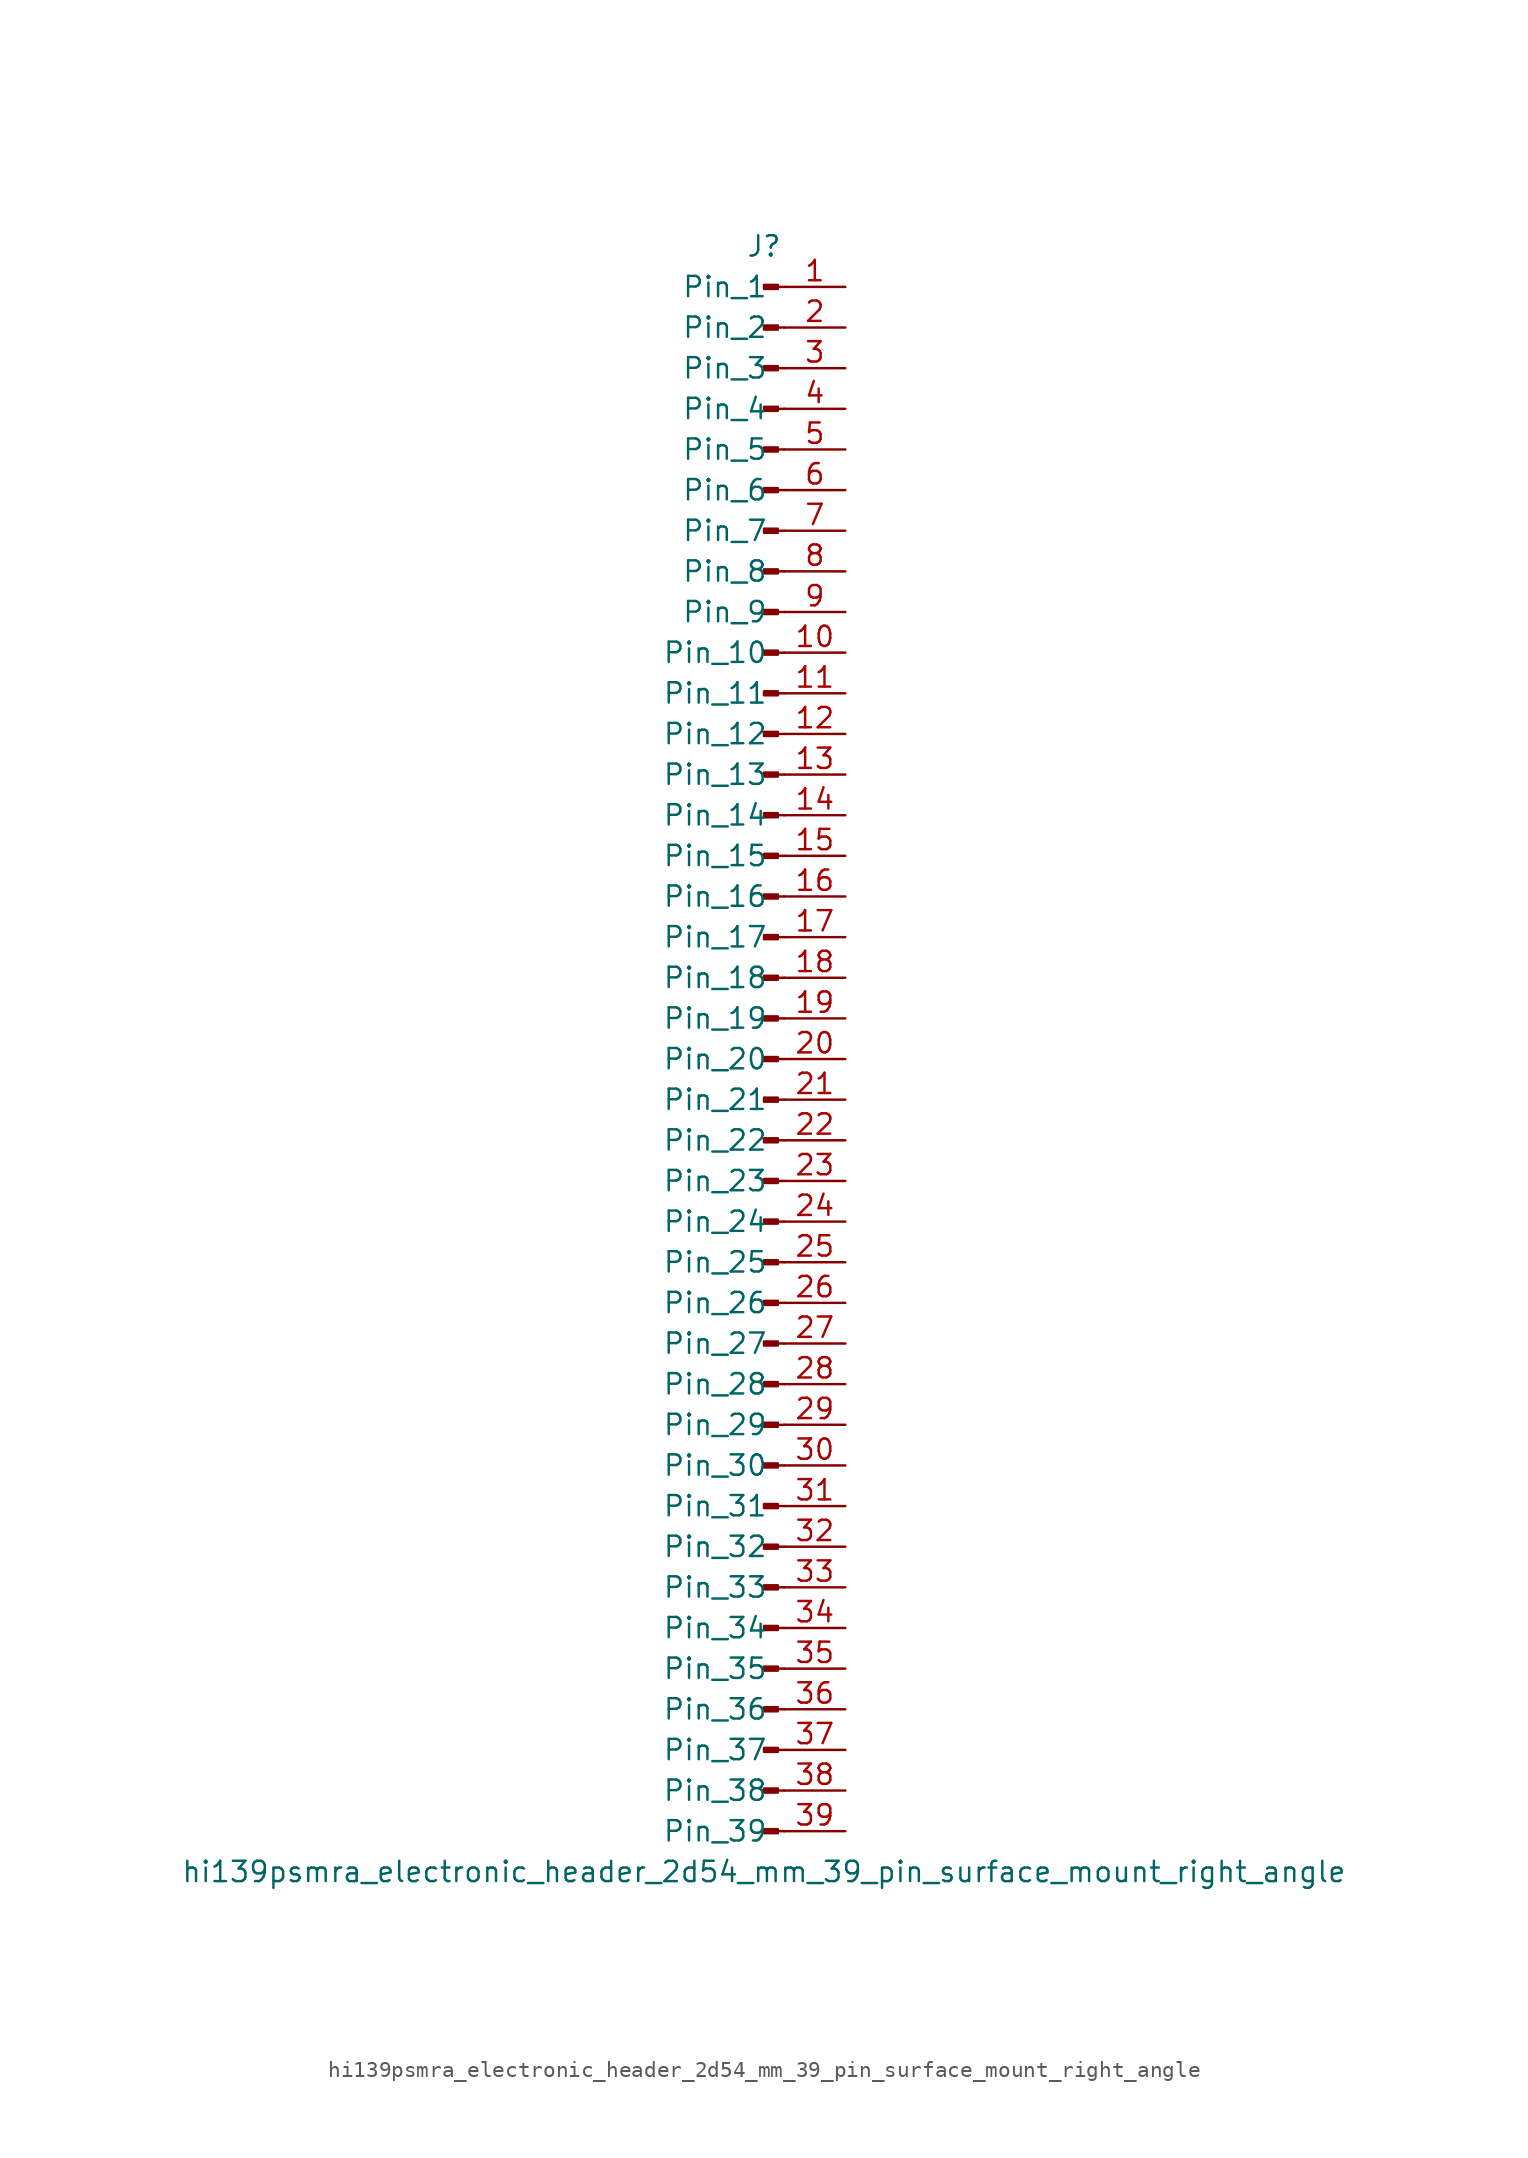
<source format=kicad_sym>
(kicad_symbol_lib
  (version 20220914)
  (generator kicad_symbol_editor)
  (symbol "hi139psmra_electronic_header_2d54_mm_39_pin_surface_mount_right_angle"
    (pin_names
      (offset 1.016))
    (property "Reference" "J"
      (at 0 50.8 0)
      (effects (font (size 1.27 1.27))))
    (property "Value" "hi139psmra_electronic_header_2d54_mm_39_pin_surface_mount_right_angle"
      (at 0 -50.8 0)
      (effects (font (size 1.27 1.27))))
    (property "ki_locked" ""
      (at 0 0 0)
      (effects (font (size 1.27 1.27))))
    (symbol "hi139psmra_electronic_header_2d54_mm_39_pin_surface_mount_right_angle_1_1"
      (polyline (pts (xy 1.27 -48.26) (xy 0.864 -48.26)) (stroke (width 0.152) (type default)) (fill (type none)))
      (polyline (pts (xy 1.27 -45.72) (xy 0.864 -45.72)) (stroke (width 0.152) (type default)) (fill (type none)))
      (polyline (pts (xy 1.27 -43.18) (xy 0.864 -43.18)) (stroke (width 0.152) (type default)) (fill (type none)))
      (polyline (pts (xy 1.27 -40.64) (xy 0.864 -40.64)) (stroke (width 0.152) (type default)) (fill (type none)))
      (polyline (pts (xy 1.27 -38.1) (xy 0.864 -38.1)) (stroke (width 0.152) (type default)) (fill (type none)))
      (polyline (pts (xy 1.27 -35.56) (xy 0.864 -35.56)) (stroke (width 0.152) (type default)) (fill (type none)))
      (polyline (pts (xy 1.27 -33.02) (xy 0.864 -33.02)) (stroke (width 0.152) (type default)) (fill (type none)))
      (polyline (pts (xy 1.27 -30.48) (xy 0.864 -30.48)) (stroke (width 0.152) (type default)) (fill (type none)))
      (polyline (pts (xy 1.27 -27.94) (xy 0.864 -27.94)) (stroke (width 0.152) (type default)) (fill (type none)))
      (polyline (pts (xy 1.27 -25.4) (xy 0.864 -25.4)) (stroke (width 0.152) (type default)) (fill (type none)))
      (polyline (pts (xy 1.27 -22.86) (xy 0.864 -22.86)) (stroke (width 0.152) (type default)) (fill (type none)))
      (polyline (pts (xy 1.27 -20.32) (xy 0.864 -20.32)) (stroke (width 0.152) (type default)) (fill (type none)))
      (polyline (pts (xy 1.27 -17.78) (xy 0.864 -17.78)) (stroke (width 0.152) (type default)) (fill (type none)))
      (polyline (pts (xy 1.27 -15.24) (xy 0.864 -15.24)) (stroke (width 0.152) (type default)) (fill (type none)))
      (polyline (pts (xy 1.27 -12.7) (xy 0.864 -12.7)) (stroke (width 0.152) (type default)) (fill (type none)))
      (polyline (pts (xy 1.27 -10.16) (xy 0.864 -10.16)) (stroke (width 0.152) (type default)) (fill (type none)))
      (polyline (pts (xy 1.27 -7.62) (xy 0.864 -7.62)) (stroke (width 0.152) (type default)) (fill (type none)))
      (polyline (pts (xy 1.27 -5.08) (xy 0.864 -5.08)) (stroke (width 0.152) (type default)) (fill (type none)))
      (polyline (pts (xy 1.27 -2.54) (xy 0.864 -2.54)) (stroke (width 0.152) (type default)) (fill (type none)))
      (polyline (pts (xy 1.27 0) (xy 0.864 0)) (stroke (width 0.152) (type default)) (fill (type none)))
      (polyline (pts (xy 1.27 2.54) (xy 0.864 2.54)) (stroke (width 0.152) (type default)) (fill (type none)))
      (polyline (pts (xy 1.27 5.08) (xy 0.864 5.08)) (stroke (width 0.152) (type default)) (fill (type none)))
      (polyline (pts (xy 1.27 7.62) (xy 0.864 7.62)) (stroke (width 0.152) (type default)) (fill (type none)))
      (polyline (pts (xy 1.27 10.16) (xy 0.864 10.16)) (stroke (width 0.152) (type default)) (fill (type none)))
      (polyline (pts (xy 1.27 12.7) (xy 0.864 12.7)) (stroke (width 0.152) (type default)) (fill (type none)))
      (polyline (pts (xy 1.27 15.24) (xy 0.864 15.24)) (stroke (width 0.152) (type default)) (fill (type none)))
      (polyline (pts (xy 1.27 17.78) (xy 0.864 17.78)) (stroke (width 0.152) (type default)) (fill (type none)))
      (polyline (pts (xy 1.27 20.32) (xy 0.864 20.32)) (stroke (width 0.152) (type default)) (fill (type none)))
      (polyline (pts (xy 1.27 22.86) (xy 0.864 22.86)) (stroke (width 0.152) (type default)) (fill (type none)))
      (polyline (pts (xy 1.27 25.4) (xy 0.864 25.4)) (stroke (width 0.152) (type default)) (fill (type none)))
      (polyline (pts (xy 1.27 27.94) (xy 0.864 27.94)) (stroke (width 0.152) (type default)) (fill (type none)))
      (polyline (pts (xy 1.27 30.48) (xy 0.864 30.48)) (stroke (width 0.152) (type default)) (fill (type none)))
      (polyline (pts (xy 1.27 33.02) (xy 0.864 33.02)) (stroke (width 0.152) (type default)) (fill (type none)))
      (polyline (pts (xy 1.27 35.56) (xy 0.864 35.56)) (stroke (width 0.152) (type default)) (fill (type none)))
      (polyline (pts (xy 1.27 38.1) (xy 0.864 38.1)) (stroke (width 0.152) (type default)) (fill (type none)))
      (polyline (pts (xy 1.27 40.64) (xy 0.864 40.64)) (stroke (width 0.152) (type default)) (fill (type none)))
      (polyline (pts (xy 1.27 43.18) (xy 0.864 43.18)) (stroke (width 0.152) (type default)) (fill (type none)))
      (polyline (pts (xy 1.27 45.72) (xy 0.864 45.72)) (stroke (width 0.152) (type default)) (fill (type none)))
      (polyline (pts (xy 1.27 48.26) (xy 0.864 48.26)) (stroke (width 0.152) (type default)) (fill (type none)))
      (rectangle (start 0.864 -48.133) (end 0 -48.387) (stroke (width 0.152) (type default)) (fill (type outline)))
      (rectangle (start 0.864 -45.593) (end 0 -45.847) (stroke (width 0.152) (type default)) (fill (type outline)))
      (rectangle (start 0.864 -43.053) (end 0 -43.307) (stroke (width 0.152) (type default)) (fill (type outline)))
      (rectangle (start 0.864 -40.513) (end 0 -40.767) (stroke (width 0.152) (type default)) (fill (type outline)))
      (rectangle (start 0.864 -37.973) (end 0 -38.227) (stroke (width 0.152) (type default)) (fill (type outline)))
      (rectangle (start 0.864 -35.433) (end 0 -35.687) (stroke (width 0.152) (type default)) (fill (type outline)))
      (rectangle (start 0.864 -32.893) (end 0 -33.147) (stroke (width 0.152) (type default)) (fill (type outline)))
      (rectangle (start 0.864 -30.353) (end 0 -30.607) (stroke (width 0.152) (type default)) (fill (type outline)))
      (rectangle (start 0.864 -27.813) (end 0 -28.067) (stroke (width 0.152) (type default)) (fill (type outline)))
      (rectangle (start 0.864 -25.273) (end 0 -25.527) (stroke (width 0.152) (type default)) (fill (type outline)))
      (rectangle (start 0.864 -22.733) (end 0 -22.987) (stroke (width 0.152) (type default)) (fill (type outline)))
      (rectangle (start 0.864 -20.193) (end 0 -20.447) (stroke (width 0.152) (type default)) (fill (type outline)))
      (rectangle (start 0.864 -17.653) (end 0 -17.907) (stroke (width 0.152) (type default)) (fill (type outline)))
      (rectangle (start 0.864 -15.113) (end 0 -15.367) (stroke (width 0.152) (type default)) (fill (type outline)))
      (rectangle (start 0.864 -12.573) (end 0 -12.827) (stroke (width 0.152) (type default)) (fill (type outline)))
      (rectangle (start 0.864 -10.033) (end 0 -10.287) (stroke (width 0.152) (type default)) (fill (type outline)))
      (rectangle (start 0.864 -7.493) (end 0 -7.747) (stroke (width 0.152) (type default)) (fill (type outline)))
      (rectangle (start 0.864 -4.953) (end 0 -5.207) (stroke (width 0.152) (type default)) (fill (type outline)))
      (rectangle (start 0.864 -2.413) (end 0 -2.667) (stroke (width 0.152) (type default)) (fill (type outline)))
      (rectangle (start 0.864 0.127) (end 0 -0.127) (stroke (width 0.152) (type default)) (fill (type outline)))
      (rectangle (start 0.864 2.667) (end 0 2.413) (stroke (width 0.152) (type default)) (fill (type outline)))
      (rectangle (start 0.864 5.207) (end 0 4.953) (stroke (width 0.152) (type default)) (fill (type outline)))
      (rectangle (start 0.864 7.747) (end 0 7.493) (stroke (width 0.152) (type default)) (fill (type outline)))
      (rectangle (start 0.864 10.287) (end 0 10.033) (stroke (width 0.152) (type default)) (fill (type outline)))
      (rectangle (start 0.864 12.827) (end 0 12.573) (stroke (width 0.152) (type default)) (fill (type outline)))
      (rectangle (start 0.864 15.367) (end 0 15.113) (stroke (width 0.152) (type default)) (fill (type outline)))
      (rectangle (start 0.864 17.907) (end 0 17.653) (stroke (width 0.152) (type default)) (fill (type outline)))
      (rectangle (start 0.864 20.447) (end 0 20.193) (stroke (width 0.152) (type default)) (fill (type outline)))
      (rectangle (start 0.864 22.987) (end 0 22.733) (stroke (width 0.152) (type default)) (fill (type outline)))
      (rectangle (start 0.864 25.527) (end 0 25.273) (stroke (width 0.152) (type default)) (fill (type outline)))
      (rectangle (start 0.864 28.067) (end 0 27.813) (stroke (width 0.152) (type default)) (fill (type outline)))
      (rectangle (start 0.864 30.607) (end 0 30.353) (stroke (width 0.152) (type default)) (fill (type outline)))
      (rectangle (start 0.864 33.147) (end 0 32.893) (stroke (width 0.152) (type default)) (fill (type outline)))
      (rectangle (start 0.864 35.687) (end 0 35.433) (stroke (width 0.152) (type default)) (fill (type outline)))
      (rectangle (start 0.864 38.227) (end 0 37.973) (stroke (width 0.152) (type default)) (fill (type outline)))
      (rectangle (start 0.864 40.767) (end 0 40.513) (stroke (width 0.152) (type default)) (fill (type outline)))
      (rectangle (start 0.864 43.307) (end 0 43.053) (stroke (width 0.152) (type default)) (fill (type outline)))
      (rectangle (start 0.864 45.847) (end 0 45.593) (stroke (width 0.152) (type default)) (fill (type outline)))
      (rectangle (start 0.864 48.387) (end 0 48.133) (stroke (width 0.152) (type default)) (fill (type outline)))
      (pin passive line (at 5.08 48.26 180) (length 3.81) (name "Pin_1" (effects (font (size 1.27 1.27)))) (number "1" (effects (font (size 1.27 1.27)))))
      (pin passive line (at 5.08 25.4 180) (length 3.81) (name "Pin_10" (effects (font (size 1.27 1.27)))) (number "10" (effects (font (size 1.27 1.27)))))
      (pin passive line (at 5.08 22.86 180) (length 3.81) (name "Pin_11" (effects (font (size 1.27 1.27)))) (number "11" (effects (font (size 1.27 1.27)))))
      (pin passive line (at 5.08 20.32 180) (length 3.81) (name "Pin_12" (effects (font (size 1.27 1.27)))) (number "12" (effects (font (size 1.27 1.27)))))
      (pin passive line (at 5.08 17.78 180) (length 3.81) (name "Pin_13" (effects (font (size 1.27 1.27)))) (number "13" (effects (font (size 1.27 1.27)))))
      (pin passive line (at 5.08 15.24 180) (length 3.81) (name "Pin_14" (effects (font (size 1.27 1.27)))) (number "14" (effects (font (size 1.27 1.27)))))
      (pin passive line (at 5.08 12.7 180) (length 3.81) (name "Pin_15" (effects (font (size 1.27 1.27)))) (number "15" (effects (font (size 1.27 1.27)))))
      (pin passive line (at 5.08 10.16 180) (length 3.81) (name "Pin_16" (effects (font (size 1.27 1.27)))) (number "16" (effects (font (size 1.27 1.27)))))
      (pin passive line (at 5.08 7.62 180) (length 3.81) (name "Pin_17" (effects (font (size 1.27 1.27)))) (number "17" (effects (font (size 1.27 1.27)))))
      (pin passive line (at 5.08 5.08 180) (length 3.81) (name "Pin_18" (effects (font (size 1.27 1.27)))) (number "18" (effects (font (size 1.27 1.27)))))
      (pin passive line (at 5.08 2.54 180) (length 3.81) (name "Pin_19" (effects (font (size 1.27 1.27)))) (number "19" (effects (font (size 1.27 1.27)))))
      (pin passive line (at 5.08 45.72 180) (length 3.81) (name "Pin_2" (effects (font (size 1.27 1.27)))) (number "2" (effects (font (size 1.27 1.27)))))
      (pin passive line (at 5.08 0 180) (length 3.81) (name "Pin_20" (effects (font (size 1.27 1.27)))) (number "20" (effects (font (size 1.27 1.27)))))
      (pin passive line (at 5.08 -2.54 180) (length 3.81) (name "Pin_21" (effects (font (size 1.27 1.27)))) (number "21" (effects (font (size 1.27 1.27)))))
      (pin passive line (at 5.08 -5.08 180) (length 3.81) (name "Pin_22" (effects (font (size 1.27 1.27)))) (number "22" (effects (font (size 1.27 1.27)))))
      (pin passive line (at 5.08 -7.62 180) (length 3.81) (name "Pin_23" (effects (font (size 1.27 1.27)))) (number "23" (effects (font (size 1.27 1.27)))))
      (pin passive line (at 5.08 -10.16 180) (length 3.81) (name "Pin_24" (effects (font (size 1.27 1.27)))) (number "24" (effects (font (size 1.27 1.27)))))
      (pin passive line (at 5.08 -12.7 180) (length 3.81) (name "Pin_25" (effects (font (size 1.27 1.27)))) (number "25" (effects (font (size 1.27 1.27)))))
      (pin passive line (at 5.08 -15.24 180) (length 3.81) (name "Pin_26" (effects (font (size 1.27 1.27)))) (number "26" (effects (font (size 1.27 1.27)))))
      (pin passive line (at 5.08 -17.78 180) (length 3.81) (name "Pin_27" (effects (font (size 1.27 1.27)))) (number "27" (effects (font (size 1.27 1.27)))))
      (pin passive line (at 5.08 -20.32 180) (length 3.81) (name "Pin_28" (effects (font (size 1.27 1.27)))) (number "28" (effects (font (size 1.27 1.27)))))
      (pin passive line (at 5.08 -22.86 180) (length 3.81) (name "Pin_29" (effects (font (size 1.27 1.27)))) (number "29" (effects (font (size 1.27 1.27)))))
      (pin passive line (at 5.08 43.18 180) (length 3.81) (name "Pin_3" (effects (font (size 1.27 1.27)))) (number "3" (effects (font (size 1.27 1.27)))))
      (pin passive line (at 5.08 -25.4 180) (length 3.81) (name "Pin_30" (effects (font (size 1.27 1.27)))) (number "30" (effects (font (size 1.27 1.27)))))
      (pin passive line (at 5.08 -27.94 180) (length 3.81) (name "Pin_31" (effects (font (size 1.27 1.27)))) (number "31" (effects (font (size 1.27 1.27)))))
      (pin passive line (at 5.08 -30.48 180) (length 3.81) (name "Pin_32" (effects (font (size 1.27 1.27)))) (number "32" (effects (font (size 1.27 1.27)))))
      (pin passive line (at 5.08 -33.02 180) (length 3.81) (name "Pin_33" (effects (font (size 1.27 1.27)))) (number "33" (effects (font (size 1.27 1.27)))))
      (pin passive line (at 5.08 -35.56 180) (length 3.81) (name "Pin_34" (effects (font (size 1.27 1.27)))) (number "34" (effects (font (size 1.27 1.27)))))
      (pin passive line (at 5.08 -38.1 180) (length 3.81) (name "Pin_35" (effects (font (size 1.27 1.27)))) (number "35" (effects (font (size 1.27 1.27)))))
      (pin passive line (at 5.08 -40.64 180) (length 3.81) (name "Pin_36" (effects (font (size 1.27 1.27)))) (number "36" (effects (font (size 1.27 1.27)))))
      (pin passive line (at 5.08 -43.18 180) (length 3.81) (name "Pin_37" (effects (font (size 1.27 1.27)))) (number "37" (effects (font (size 1.27 1.27)))))
      (pin passive line (at 5.08 -45.72 180) (length 3.81) (name "Pin_38" (effects (font (size 1.27 1.27)))) (number "38" (effects (font (size 1.27 1.27)))))
      (pin passive line (at 5.08 -48.26 180) (length 3.81) (name "Pin_39" (effects (font (size 1.27 1.27)))) (number "39" (effects (font (size 1.27 1.27)))))
      (pin passive line (at 5.08 40.64 180) (length 3.81) (name "Pin_4" (effects (font (size 1.27 1.27)))) (number "4" (effects (font (size 1.27 1.27)))))
      (pin passive line (at 5.08 38.1 180) (length 3.81) (name "Pin_5" (effects (font (size 1.27 1.27)))) (number "5" (effects (font (size 1.27 1.27)))))
      (pin passive line (at 5.08 35.56 180) (length 3.81) (name "Pin_6" (effects (font (size 1.27 1.27)))) (number "6" (effects (font (size 1.27 1.27)))))
      (pin passive line (at 5.08 33.02 180) (length 3.81) (name "Pin_7" (effects (font (size 1.27 1.27)))) (number "7" (effects (font (size 1.27 1.27)))))
      (pin passive line (at 5.08 30.48 180) (length 3.81) (name "Pin_8" (effects (font (size 1.27 1.27)))) (number "8" (effects (font (size 1.27 1.27)))))
      (pin passive line (at 5.08 27.94 180) (length 3.81) (name "Pin_9" (effects (font (size 1.27 1.27)))) (number "9" (effects (font (size 1.27 1.27))))))))
</source>
